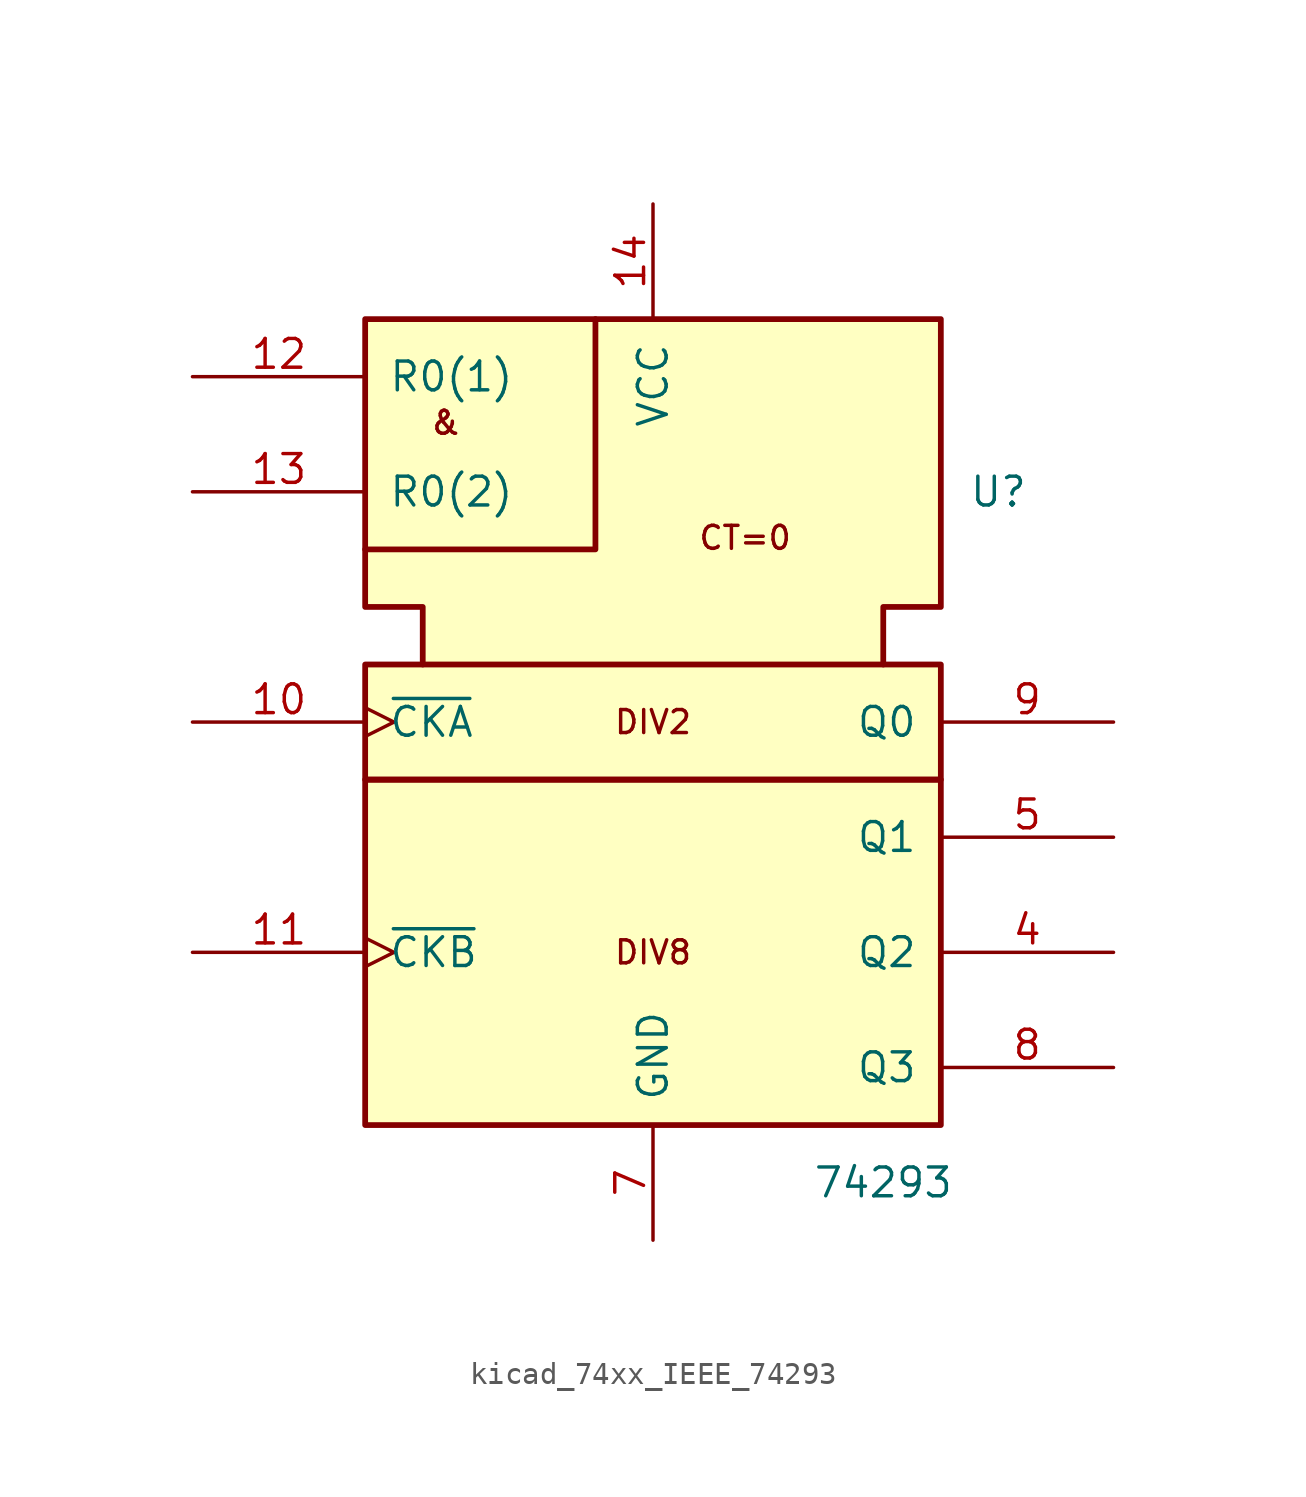
<source format=kicad_sym>
(kicad_symbol_lib
  (version 20220914)
  (generator kicad_symbol_editor)
  (symbol "kicad_74xx_IEEE_74293"
    (pin_names
      (offset 1.016))
    (property "Reference" "U"
      (at 15.24 10.16 0)
      (effects (font (size 1.27 1.27))))
    (property "Value" "74293"
      (at 10.16 -20.32 0)
      (effects (font (size 1.27 1.27))))
    (symbol "kicad_74xx_IEEE_74293_0_0"
      (rectangle (start -12.7 -2.54) (end 12.7 -17.78) (stroke (width 0.254) (type default)) (fill (type background)))
      (rectangle (start -12.7 2.54) (end 12.7 -2.54) (stroke (width 0.254) (type default)) (fill (type background)))
      (polyline (pts (xy -2.54 17.78) (xy -2.54 7.62) (xy -12.7 7.62) (xy -12.7 7.62)) (stroke (width 0.254) (type default)) (fill (type background)))
      (polyline (pts (xy -10.16 2.54) (xy -10.16 5.08) (xy -12.7 5.08) (xy -12.7 17.78) (xy 12.7 17.78) (xy 12.7 5.08) (xy 10.16 5.08) (xy 10.16 2.54) (xy 10.16 2.54)) (stroke (width 0.254) (type default)) (fill (type background)))
      (text "&" (at -9.144 13.208 0) (effects (font (size 1.016 1.016))))
      (text "CT=0" (at 4.064 8.128 0) (effects (font (size 1.016 1.016))))
      (text "DIV2" (at 0 0 0) (effects (font (size 1.016 1.016))))
      (text "DIV8" (at 0 -10.16 0) (effects (font (size 1.016 1.016))))
      (pin power_in line (at 0 22.86 270) (length 5.08) (name "VCC" (effects (font (size 1.27 1.27)))) (number "14" (effects (font (size 1.27 1.27)))))
      (pin power_in line (at 0 -22.86 90) (length 5.08) (name "GND" (effects (font (size 1.27 1.27)))) (number "7" (effects (font (size 1.27 1.27))))))
    (symbol "kicad_74xx_IEEE_74293_1_1"
      (pin input clock (at -20.32 0 0) (length 7.62) (name "~{CKA}" (effects (font (size 1.27 1.27)))) (number "10" (effects (font (size 1.27 1.27)))))
      (pin input clock (at -20.32 -10.16 0) (length 7.62) (name "~{CKB}" (effects (font (size 1.27 1.27)))) (number "11" (effects (font (size 1.27 1.27)))))
      (pin input line (at -20.32 15.24 0) (length 7.62) (name "R0(1)" (effects (font (size 1.27 1.27)))) (number "12" (effects (font (size 1.27 1.27)))))
      (pin input line (at -20.32 10.16 0) (length 7.62) (name "R0(2)" (effects (font (size 1.27 1.27)))) (number "13" (effects (font (size 1.27 1.27)))))
      (pin output line (at 20.32 -10.16 180) (length 7.62) (name "Q2" (effects (font (size 1.27 1.27)))) (number "4" (effects (font (size 1.27 1.27)))))
      (pin output line (at 20.32 -5.08 180) (length 7.62) (name "Q1" (effects (font (size 1.27 1.27)))) (number "5" (effects (font (size 1.27 1.27)))))
      (pin output line (at 20.32 -15.24 180) (length 7.62) (name "Q3" (effects (font (size 1.27 1.27)))) (number "8" (effects (font (size 1.27 1.27)))))
      (pin output line (at 20.32 0 180) (length 7.62) (name "Q0" (effects (font (size 1.27 1.27)))) (number "9" (effects (font (size 1.27 1.27))))))))
</source>
